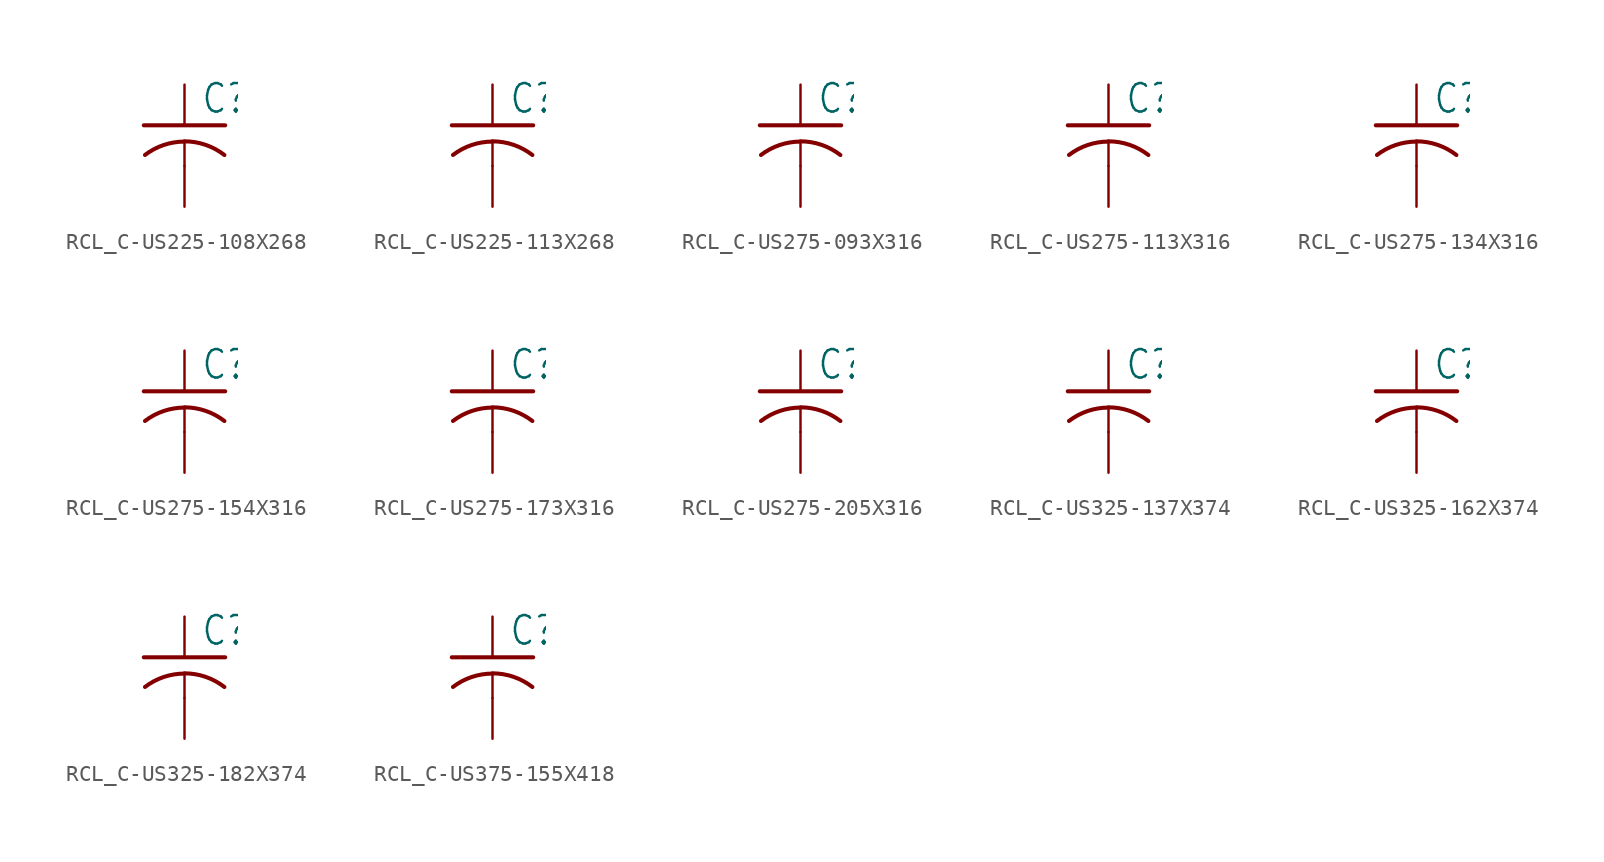
<source format=kicad_sym>
(kicad_symbol_lib
  (version 20220914)
  (generator kicad_symbol_editor)
  (symbol "RCL_C-US225-108X268"
    (property "Reference" "C"
      (at 1.016 0.635 0)
      (effects (font (size 1.778 1.511)) (justify left bottom)))
    (property "Value" ""
      (at 1.016 -4.191 0)
      (effects (font (size 1.778 1.511)) (justify left bottom)))
    (property "ki_locked" ""
      (at 0 0 0)
      (effects (font (size 1.27 1.27))))
    (symbol "RCL_C-US225-108X268_1_0"
      (arc (start 0 -1.0161) (mid -1.302 -1.2303) (end -2.4668 -1.8504) (stroke (width 0.254) (type solid)) (fill (type none)))
      (polyline (pts (xy -2.54 0) (xy 2.54 0)) (stroke (width 0.254) (type solid)) (fill (type none)))
      (polyline (pts (xy 0 -1.016) (xy 0 -2.54)) (stroke (width 0.152) (type solid)) (fill (type none)))
      (polyline (pts (xy 0 -1.016) (xy 0 -1.016)) (stroke (width 0.152) (type solid)) (fill (type none)))
      (arc (start 2.4892 -1.8541) (mid 1.3158 -1.2194) (end 0 -1) (stroke (width 0.254) (type solid)) (fill (type none)))
      (pin passive line (at 0 2.54 270) (length 2.54) (name "1" (effects (font (size 0 0)))) (number "1" (effects (font (size 0 0)))))
      (pin passive line (at 0 -5.08 90) (length 2.54) (name "2" (effects (font (size 0 0)))) (number "2" (effects (font (size 0 0)))))))
  (symbol "RCL_C-US225-113X268"
    (property "Reference" "C"
      (at 1.016 0.635 0)
      (effects (font (size 1.778 1.511)) (justify left bottom)))
    (property "Value" ""
      (at 1.016 -4.191 0)
      (effects (font (size 1.778 1.511)) (justify left bottom)))
    (property "ki_locked" ""
      (at 0 0 0)
      (effects (font (size 1.27 1.27))))
    (symbol "RCL_C-US225-113X268_1_0"
      (arc (start 0 -1.0161) (mid -1.302 -1.2303) (end -2.4668 -1.8504) (stroke (width 0.254) (type solid)) (fill (type none)))
      (polyline (pts (xy -2.54 0) (xy 2.54 0)) (stroke (width 0.254) (type solid)) (fill (type none)))
      (polyline (pts (xy 0 -1.016) (xy 0 -2.54)) (stroke (width 0.152) (type solid)) (fill (type none)))
      (polyline (pts (xy 0 -1.016) (xy 0 -1.016)) (stroke (width 0.152) (type solid)) (fill (type none)))
      (arc (start 2.4892 -1.8541) (mid 1.3158 -1.2194) (end 0 -1) (stroke (width 0.254) (type solid)) (fill (type none)))
      (pin passive line (at 0 2.54 270) (length 2.54) (name "1" (effects (font (size 0 0)))) (number "1" (effects (font (size 0 0)))))
      (pin passive line (at 0 -5.08 90) (length 2.54) (name "2" (effects (font (size 0 0)))) (number "2" (effects (font (size 0 0)))))))
  (symbol "RCL_C-US275-093X316"
    (property "Reference" "C"
      (at 1.016 0.635 0)
      (effects (font (size 1.778 1.511)) (justify left bottom)))
    (property "Value" ""
      (at 1.016 -4.191 0)
      (effects (font (size 1.778 1.511)) (justify left bottom)))
    (property "ki_locked" ""
      (at 0 0 0)
      (effects (font (size 1.27 1.27))))
    (symbol "RCL_C-US275-093X316_1_0"
      (arc (start 0 -1.0161) (mid -1.302 -1.2303) (end -2.4668 -1.8504) (stroke (width 0.254) (type solid)) (fill (type none)))
      (polyline (pts (xy -2.54 0) (xy 2.54 0)) (stroke (width 0.254) (type solid)) (fill (type none)))
      (polyline (pts (xy 0 -1.016) (xy 0 -2.54)) (stroke (width 0.152) (type solid)) (fill (type none)))
      (polyline (pts (xy 0 -1.016) (xy 0 -1.016)) (stroke (width 0.152) (type solid)) (fill (type none)))
      (arc (start 2.4892 -1.8541) (mid 1.3158 -1.2194) (end 0 -1) (stroke (width 0.254) (type solid)) (fill (type none)))
      (pin passive line (at 0 2.54 270) (length 2.54) (name "1" (effects (font (size 0 0)))) (number "1" (effects (font (size 0 0)))))
      (pin passive line (at 0 -5.08 90) (length 2.54) (name "2" (effects (font (size 0 0)))) (number "2" (effects (font (size 0 0)))))))
  (symbol "RCL_C-US275-113X316"
    (property "Reference" "C"
      (at 1.016 0.635 0)
      (effects (font (size 1.778 1.511)) (justify left bottom)))
    (property "Value" ""
      (at 1.016 -4.191 0)
      (effects (font (size 1.778 1.511)) (justify left bottom)))
    (property "ki_locked" ""
      (at 0 0 0)
      (effects (font (size 1.27 1.27))))
    (symbol "RCL_C-US275-113X316_1_0"
      (arc (start 0 -1.0161) (mid -1.302 -1.2303) (end -2.4668 -1.8504) (stroke (width 0.254) (type solid)) (fill (type none)))
      (polyline (pts (xy -2.54 0) (xy 2.54 0)) (stroke (width 0.254) (type solid)) (fill (type none)))
      (polyline (pts (xy 0 -1.016) (xy 0 -2.54)) (stroke (width 0.152) (type solid)) (fill (type none)))
      (polyline (pts (xy 0 -1.016) (xy 0 -1.016)) (stroke (width 0.152) (type solid)) (fill (type none)))
      (arc (start 2.4892 -1.8541) (mid 1.3158 -1.2194) (end 0 -1) (stroke (width 0.254) (type solid)) (fill (type none)))
      (pin passive line (at 0 2.54 270) (length 2.54) (name "1" (effects (font (size 0 0)))) (number "1" (effects (font (size 0 0)))))
      (pin passive line (at 0 -5.08 90) (length 2.54) (name "2" (effects (font (size 0 0)))) (number "2" (effects (font (size 0 0)))))))
  (symbol "RCL_C-US275-134X316"
    (property "Reference" "C"
      (at 1.016 0.635 0)
      (effects (font (size 1.778 1.511)) (justify left bottom)))
    (property "Value" ""
      (at 1.016 -4.191 0)
      (effects (font (size 1.778 1.511)) (justify left bottom)))
    (property "ki_locked" ""
      (at 0 0 0)
      (effects (font (size 1.27 1.27))))
    (symbol "RCL_C-US275-134X316_1_0"
      (arc (start 0 -1.0161) (mid -1.302 -1.2303) (end -2.4668 -1.8504) (stroke (width 0.254) (type solid)) (fill (type none)))
      (polyline (pts (xy -2.54 0) (xy 2.54 0)) (stroke (width 0.254) (type solid)) (fill (type none)))
      (polyline (pts (xy 0 -1.016) (xy 0 -2.54)) (stroke (width 0.152) (type solid)) (fill (type none)))
      (polyline (pts (xy 0 -1.016) (xy 0 -1.016)) (stroke (width 0.152) (type solid)) (fill (type none)))
      (arc (start 2.4892 -1.8541) (mid 1.3158 -1.2194) (end 0 -1) (stroke (width 0.254) (type solid)) (fill (type none)))
      (pin passive line (at 0 2.54 270) (length 2.54) (name "1" (effects (font (size 0 0)))) (number "1" (effects (font (size 0 0)))))
      (pin passive line (at 0 -5.08 90) (length 2.54) (name "2" (effects (font (size 0 0)))) (number "2" (effects (font (size 0 0)))))))
  (symbol "RCL_C-US275-154X316"
    (property "Reference" "C"
      (at 1.016 0.635 0)
      (effects (font (size 1.778 1.511)) (justify left bottom)))
    (property "Value" ""
      (at 1.016 -4.191 0)
      (effects (font (size 1.778 1.511)) (justify left bottom)))
    (property "ki_locked" ""
      (at 0 0 0)
      (effects (font (size 1.27 1.27))))
    (symbol "RCL_C-US275-154X316_1_0"
      (arc (start 0 -1.0161) (mid -1.302 -1.2303) (end -2.4668 -1.8504) (stroke (width 0.254) (type solid)) (fill (type none)))
      (polyline (pts (xy -2.54 0) (xy 2.54 0)) (stroke (width 0.254) (type solid)) (fill (type none)))
      (polyline (pts (xy 0 -1.016) (xy 0 -2.54)) (stroke (width 0.152) (type solid)) (fill (type none)))
      (polyline (pts (xy 0 -1.016) (xy 0 -1.016)) (stroke (width 0.152) (type solid)) (fill (type none)))
      (arc (start 2.4892 -1.8541) (mid 1.3158 -1.2194) (end 0 -1) (stroke (width 0.254) (type solid)) (fill (type none)))
      (pin passive line (at 0 2.54 270) (length 2.54) (name "1" (effects (font (size 0 0)))) (number "1" (effects (font (size 0 0)))))
      (pin passive line (at 0 -5.08 90) (length 2.54) (name "2" (effects (font (size 0 0)))) (number "2" (effects (font (size 0 0)))))))
  (symbol "RCL_C-US275-173X316"
    (property "Reference" "C"
      (at 1.016 0.635 0)
      (effects (font (size 1.778 1.511)) (justify left bottom)))
    (property "Value" ""
      (at 1.016 -4.191 0)
      (effects (font (size 1.778 1.511)) (justify left bottom)))
    (property "ki_locked" ""
      (at 0 0 0)
      (effects (font (size 1.27 1.27))))
    (symbol "RCL_C-US275-173X316_1_0"
      (arc (start 0 -1.0161) (mid -1.302 -1.2303) (end -2.4668 -1.8504) (stroke (width 0.254) (type solid)) (fill (type none)))
      (polyline (pts (xy -2.54 0) (xy 2.54 0)) (stroke (width 0.254) (type solid)) (fill (type none)))
      (polyline (pts (xy 0 -1.016) (xy 0 -2.54)) (stroke (width 0.152) (type solid)) (fill (type none)))
      (polyline (pts (xy 0 -1.016) (xy 0 -1.016)) (stroke (width 0.152) (type solid)) (fill (type none)))
      (arc (start 2.4892 -1.8541) (mid 1.3158 -1.2194) (end 0 -1) (stroke (width 0.254) (type solid)) (fill (type none)))
      (pin passive line (at 0 2.54 270) (length 2.54) (name "1" (effects (font (size 0 0)))) (number "1" (effects (font (size 0 0)))))
      (pin passive line (at 0 -5.08 90) (length 2.54) (name "2" (effects (font (size 0 0)))) (number "2" (effects (font (size 0 0)))))))
  (symbol "RCL_C-US275-205X316"
    (property "Reference" "C"
      (at 1.016 0.635 0)
      (effects (font (size 1.778 1.511)) (justify left bottom)))
    (property "Value" ""
      (at 1.016 -4.191 0)
      (effects (font (size 1.778 1.511)) (justify left bottom)))
    (property "ki_locked" ""
      (at 0 0 0)
      (effects (font (size 1.27 1.27))))
    (symbol "RCL_C-US275-205X316_1_0"
      (arc (start 0 -1.0161) (mid -1.302 -1.2303) (end -2.4668 -1.8504) (stroke (width 0.254) (type solid)) (fill (type none)))
      (polyline (pts (xy -2.54 0) (xy 2.54 0)) (stroke (width 0.254) (type solid)) (fill (type none)))
      (polyline (pts (xy 0 -1.016) (xy 0 -2.54)) (stroke (width 0.152) (type solid)) (fill (type none)))
      (polyline (pts (xy 0 -1.016) (xy 0 -1.016)) (stroke (width 0.152) (type solid)) (fill (type none)))
      (arc (start 2.4892 -1.8541) (mid 1.3158 -1.2194) (end 0 -1) (stroke (width 0.254) (type solid)) (fill (type none)))
      (pin passive line (at 0 2.54 270) (length 2.54) (name "1" (effects (font (size 0 0)))) (number "1" (effects (font (size 0 0)))))
      (pin passive line (at 0 -5.08 90) (length 2.54) (name "2" (effects (font (size 0 0)))) (number "2" (effects (font (size 0 0)))))))
  (symbol "RCL_C-US325-137X374"
    (property "Reference" "C"
      (at 1.016 0.635 0)
      (effects (font (size 1.778 1.511)) (justify left bottom)))
    (property "Value" ""
      (at 1.016 -4.191 0)
      (effects (font (size 1.778 1.511)) (justify left bottom)))
    (property "ki_locked" ""
      (at 0 0 0)
      (effects (font (size 1.27 1.27))))
    (symbol "RCL_C-US325-137X374_1_0"
      (arc (start 0 -1.0161) (mid -1.302 -1.2303) (end -2.4668 -1.8504) (stroke (width 0.254) (type solid)) (fill (type none)))
      (polyline (pts (xy -2.54 0) (xy 2.54 0)) (stroke (width 0.254) (type solid)) (fill (type none)))
      (polyline (pts (xy 0 -1.016) (xy 0 -2.54)) (stroke (width 0.152) (type solid)) (fill (type none)))
      (polyline (pts (xy 0 -1.016) (xy 0 -1.016)) (stroke (width 0.152) (type solid)) (fill (type none)))
      (arc (start 2.4892 -1.8541) (mid 1.3158 -1.2194) (end 0 -1) (stroke (width 0.254) (type solid)) (fill (type none)))
      (pin passive line (at 0 2.54 270) (length 2.54) (name "1" (effects (font (size 0 0)))) (number "1" (effects (font (size 0 0)))))
      (pin passive line (at 0 -5.08 90) (length 2.54) (name "2" (effects (font (size 0 0)))) (number "2" (effects (font (size 0 0)))))))
  (symbol "RCL_C-US325-162X374"
    (property "Reference" "C"
      (at 1.016 0.635 0)
      (effects (font (size 1.778 1.511)) (justify left bottom)))
    (property "Value" ""
      (at 1.016 -4.191 0)
      (effects (font (size 1.778 1.511)) (justify left bottom)))
    (property "ki_locked" ""
      (at 0 0 0)
      (effects (font (size 1.27 1.27))))
    (symbol "RCL_C-US325-162X374_1_0"
      (arc (start 0 -1.0161) (mid -1.302 -1.2303) (end -2.4668 -1.8504) (stroke (width 0.254) (type solid)) (fill (type none)))
      (polyline (pts (xy -2.54 0) (xy 2.54 0)) (stroke (width 0.254) (type solid)) (fill (type none)))
      (polyline (pts (xy 0 -1.016) (xy 0 -2.54)) (stroke (width 0.152) (type solid)) (fill (type none)))
      (polyline (pts (xy 0 -1.016) (xy 0 -1.016)) (stroke (width 0.152) (type solid)) (fill (type none)))
      (arc (start 2.4892 -1.8541) (mid 1.3158 -1.2194) (end 0 -1) (stroke (width 0.254) (type solid)) (fill (type none)))
      (pin passive line (at 0 2.54 270) (length 2.54) (name "1" (effects (font (size 0 0)))) (number "1" (effects (font (size 0 0)))))
      (pin passive line (at 0 -5.08 90) (length 2.54) (name "2" (effects (font (size 0 0)))) (number "2" (effects (font (size 0 0)))))))
  (symbol "RCL_C-US325-182X374"
    (property "Reference" "C"
      (at 1.016 0.635 0)
      (effects (font (size 1.778 1.511)) (justify left bottom)))
    (property "Value" ""
      (at 1.016 -4.191 0)
      (effects (font (size 1.778 1.511)) (justify left bottom)))
    (property "ki_locked" ""
      (at 0 0 0)
      (effects (font (size 1.27 1.27))))
    (symbol "RCL_C-US325-182X374_1_0"
      (arc (start 0 -1.0161) (mid -1.302 -1.2303) (end -2.4668 -1.8504) (stroke (width 0.254) (type solid)) (fill (type none)))
      (polyline (pts (xy -2.54 0) (xy 2.54 0)) (stroke (width 0.254) (type solid)) (fill (type none)))
      (polyline (pts (xy 0 -1.016) (xy 0 -2.54)) (stroke (width 0.152) (type solid)) (fill (type none)))
      (polyline (pts (xy 0 -1.016) (xy 0 -1.016)) (stroke (width 0.152) (type solid)) (fill (type none)))
      (arc (start 2.4892 -1.8541) (mid 1.3158 -1.2194) (end 0 -1) (stroke (width 0.254) (type solid)) (fill (type none)))
      (pin passive line (at 0 2.54 270) (length 2.54) (name "1" (effects (font (size 0 0)))) (number "1" (effects (font (size 0 0)))))
      (pin passive line (at 0 -5.08 90) (length 2.54) (name "2" (effects (font (size 0 0)))) (number "2" (effects (font (size 0 0)))))))
  (symbol "RCL_C-US375-155X418"
    (property "Reference" "C"
      (at 1.016 0.635 0)
      (effects (font (size 1.778 1.511)) (justify left bottom)))
    (property "Value" ""
      (at 1.016 -4.191 0)
      (effects (font (size 1.778 1.511)) (justify left bottom)))
    (property "ki_locked" ""
      (at 0 0 0)
      (effects (font (size 1.27 1.27))))
    (symbol "RCL_C-US375-155X418_1_0"
      (arc (start 0 -1.0161) (mid -1.302 -1.2303) (end -2.4668 -1.8504) (stroke (width 0.254) (type solid)) (fill (type none)))
      (polyline (pts (xy -2.54 0) (xy 2.54 0)) (stroke (width 0.254) (type solid)) (fill (type none)))
      (polyline (pts (xy 0 -1.016) (xy 0 -2.54)) (stroke (width 0.152) (type solid)) (fill (type none)))
      (polyline (pts (xy 0 -1.016) (xy 0 -1.016)) (stroke (width 0.152) (type solid)) (fill (type none)))
      (arc (start 2.4892 -1.8541) (mid 1.3158 -1.2194) (end 0 -1) (stroke (width 0.254) (type solid)) (fill (type none)))
      (pin passive line (at 0 2.54 270) (length 2.54) (name "1" (effects (font (size 0 0)))) (number "1" (effects (font (size 0 0)))))
      (pin passive line (at 0 -5.08 90) (length 2.54) (name "2" (effects (font (size 0 0)))) (number "2" (effects (font (size 0 0))))))))
</source>
